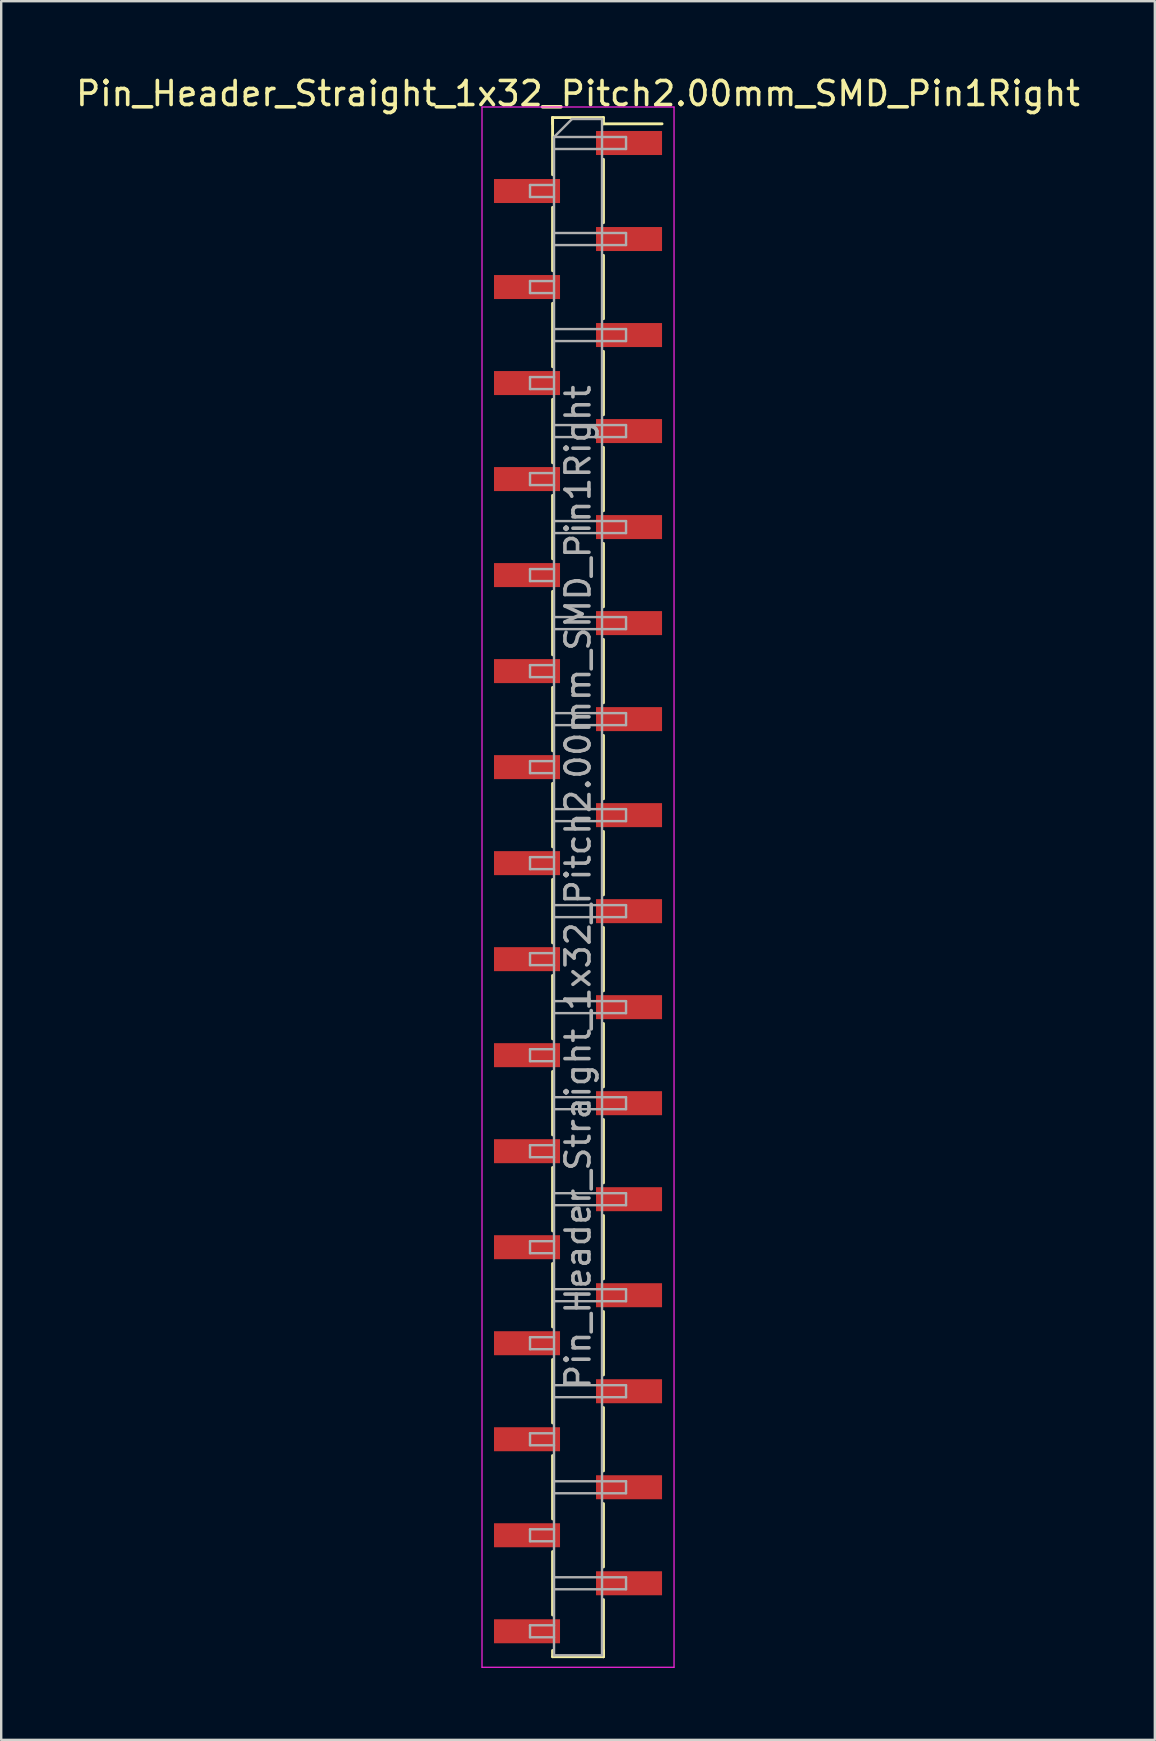
<source format=kicad_pcb>
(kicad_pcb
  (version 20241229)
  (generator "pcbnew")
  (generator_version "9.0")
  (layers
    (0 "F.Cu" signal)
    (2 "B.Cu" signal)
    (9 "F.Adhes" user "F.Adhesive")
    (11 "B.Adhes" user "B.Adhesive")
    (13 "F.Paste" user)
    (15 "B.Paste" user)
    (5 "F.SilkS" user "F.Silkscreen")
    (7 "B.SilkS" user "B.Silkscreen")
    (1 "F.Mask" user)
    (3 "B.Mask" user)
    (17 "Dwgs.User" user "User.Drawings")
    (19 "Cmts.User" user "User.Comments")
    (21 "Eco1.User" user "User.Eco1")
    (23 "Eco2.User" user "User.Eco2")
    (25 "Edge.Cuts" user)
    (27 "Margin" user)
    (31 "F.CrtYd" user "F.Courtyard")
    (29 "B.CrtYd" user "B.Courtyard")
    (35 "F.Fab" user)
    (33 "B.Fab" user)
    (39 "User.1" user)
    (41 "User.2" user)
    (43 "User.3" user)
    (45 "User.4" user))
  (footprint "Pin_Header_Straight_1x32_Pitch2.00mm_SMD_Pin1Right"
    (layer "F.Cu")
    (at 21.03 33.908)
    (property "Reference" "Pin_Header_Straight_1x32_Pitch2.00mm_SMD_Pin1Right" (at 0 -33.06 0) (layer "F.SilkS") (effects (font (size 1 1) (thickness 0.15))))
    (attr smd)
    (fp_line (start -1.06 -32.06) (end -1.06 -29.68) (stroke (width 0.12) (type solid)) (layer "F.SilkS"))
    (fp_line (start -1.06 -32.06) (end 1.06 -32.06) (stroke (width 0.12) (type solid)) (layer "F.SilkS"))
    (fp_line (start -1.06 -31.8) (end -1.06 -32.06) (stroke (width 0.12) (type solid)) (layer "F.SilkS"))
    (fp_line (start -1.06 -28.32) (end -1.06 -25.68) (stroke (width 0.12) (type solid)) (layer "F.SilkS"))
    (fp_line (start -1.06 -24.32) (end -1.06 -21.68) (stroke (width 0.12) (type solid)) (layer "F.SilkS"))
    (fp_line (start -1.06 -20.32) (end -1.06 -17.68) (stroke (width 0.12) (type solid)) (layer "F.SilkS"))
    (fp_line (start -1.06 -16.32) (end -1.06 -13.68) (stroke (width 0.12) (type solid)) (layer "F.SilkS"))
    (fp_line (start -1.06 -12.32) (end -1.06 -9.68) (stroke (width 0.12) (type solid)) (layer "F.SilkS"))
    (fp_line (start -1.06 -8.32) (end -1.06 -5.68) (stroke (width 0.12) (type solid)) (layer "F.SilkS"))
    (fp_line (start -1.06 -4.32) (end -1.06 -1.68) (stroke (width 0.12) (type solid)) (layer "F.SilkS"))
    (fp_line (start -1.06 -0.32) (end -1.06 2.32) (stroke (width 0.12) (type solid)) (layer "F.SilkS"))
    (fp_line (start -1.06 3.68) (end -1.06 6.32) (stroke (width 0.12) (type solid)) (layer "F.SilkS"))
    (fp_line (start -1.06 7.68) (end -1.06 10.32) (stroke (width 0.12) (type solid)) (layer "F.SilkS"))
    (fp_line (start -1.06 11.68) (end -1.06 14.32) (stroke (width 0.12) (type solid)) (layer "F.SilkS"))
    (fp_line (start -1.06 15.68) (end -1.06 18.32) (stroke (width 0.12) (type solid)) (layer "F.SilkS"))
    (fp_line (start -1.06 19.68) (end -1.06 22.32) (stroke (width 0.12) (type solid)) (layer "F.SilkS"))
    (fp_line (start -1.06 23.68) (end -1.06 26.32) (stroke (width 0.12) (type solid)) (layer "F.SilkS"))
    (fp_line (start -1.06 27.68) (end -1.06 30.32) (stroke (width 0.12) (type solid)) (layer "F.SilkS"))
    (fp_line (start -1.06 31.8) (end -1.06 32.06) (stroke (width 0.12) (type solid)) (layer "F.SilkS"))
    (fp_line (start -1.06 32.06) (end 1.06 32.06) (stroke (width 0.12) (type solid)) (layer "F.SilkS"))
    (fp_line (start 1.06 -32.06) (end 1.06 -31.8) (stroke (width 0.12) (type solid)) (layer "F.SilkS"))
    (fp_line (start 1.06 -31.8) (end 3.5 -31.8) (stroke (width 0.12) (type solid)) (layer "F.SilkS"))
    (fp_line (start 1.06 -30.32) (end 1.06 -27.68) (stroke (width 0.12) (type solid)) (layer "F.SilkS"))
    (fp_line (start 1.06 -26.32) (end 1.06 -23.68) (stroke (width 0.12) (type solid)) (layer "F.SilkS"))
    (fp_line (start 1.06 -22.32) (end 1.06 -19.68) (stroke (width 0.12) (type solid)) (layer "F.SilkS"))
    (fp_line (start 1.06 -18.32) (end 1.06 -15.68) (stroke (width 0.12) (type solid)) (layer "F.SilkS"))
    (fp_line (start 1.06 -14.32) (end 1.06 -11.68) (stroke (width 0.12) (type solid)) (layer "F.SilkS"))
    (fp_line (start 1.06 -10.32) (end 1.06 -7.68) (stroke (width 0.12) (type solid)) (layer "F.SilkS"))
    (fp_line (start 1.06 -6.32) (end 1.06 -3.68) (stroke (width 0.12) (type solid)) (layer "F.SilkS"))
    (fp_line (start 1.06 -2.32) (end 1.06 0.32) (stroke (width 0.12) (type solid)) (layer "F.SilkS"))
    (fp_line (start 1.06 1.68) (end 1.06 4.32) (stroke (width 0.12) (type solid)) (layer "F.SilkS"))
    (fp_line (start 1.06 5.68) (end 1.06 8.32) (stroke (width 0.12) (type solid)) (layer "F.SilkS"))
    (fp_line (start 1.06 9.68) (end 1.06 12.32) (stroke (width 0.12) (type solid)) (layer "F.SilkS"))
    (fp_line (start 1.06 13.68) (end 1.06 16.32) (stroke (width 0.12) (type solid)) (layer "F.SilkS"))
    (fp_line (start 1.06 17.68) (end 1.06 20.32) (stroke (width 0.12) (type solid)) (layer "F.SilkS"))
    (fp_line (start 1.06 21.68) (end 1.06 24.32) (stroke (width 0.12) (type solid)) (layer "F.SilkS"))
    (fp_line (start 1.06 25.68) (end 1.06 28.32) (stroke (width 0.12) (type solid)) (layer "F.SilkS"))
    (fp_line (start 1.06 29.68) (end 1.06 32.06) (stroke (width 0.12) (type solid)) (layer "F.SilkS"))
    (fp_line (start 1.06 32.06) (end 1.06 31.8) (stroke (width 0.12) (type solid)) (layer "F.SilkS"))
    (fp_line (start -4 -32.5) (end -4 32.5) (stroke (width 0.05) (type solid)) (layer "F.CrtYd"))
    (fp_line (start -4 32.5) (end 4 32.5) (stroke (width 0.05) (type solid)) (layer "F.CrtYd"))
    (fp_line (start 4 -32.5) (end -4 -32.5) (stroke (width 0.05) (type solid)) (layer "F.CrtYd"))
    (fp_line (start 4 32.5) (end 4 -32.5) (stroke (width 0.05) (type solid)) (layer "F.CrtYd"))
    (fp_line (start -2 -29.25) (end -2 -28.75) (stroke (width 0.1) (type solid)) (layer "F.Fab"))
    (fp_line (start -2 -28.75) (end -1 -28.75) (stroke (width 0.1) (type solid)) (layer "F.Fab"))
    (fp_line (start -2 -25.25) (end -2 -24.75) (stroke (width 0.1) (type solid)) (layer "F.Fab"))
    (fp_line (start -2 -24.75) (end -1 -24.75) (stroke (width 0.1) (type solid)) (layer "F.Fab"))
    (fp_line (start -2 -21.25) (end -2 -20.75) (stroke (width 0.1) (type solid)) (layer "F.Fab"))
    (fp_line (start -2 -20.75) (end -1 -20.75) (stroke (width 0.1) (type solid)) (layer "F.Fab"))
    (fp_line (start -2 -17.25) (end -2 -16.75) (stroke (width 0.1) (type solid)) (layer "F.Fab"))
    (fp_line (start -2 -16.75) (end -1 -16.75) (stroke (width 0.1) (type solid)) (layer "F.Fab"))
    (fp_line (start -2 -13.25) (end -2 -12.75) (stroke (width 0.1) (type solid)) (layer "F.Fab"))
    (fp_line (start -2 -12.75) (end -1 -12.75) (stroke (width 0.1) (type solid)) (layer "F.Fab"))
    (fp_line (start -2 -9.25) (end -2 -8.75) (stroke (width 0.1) (type solid)) (layer "F.Fab"))
    (fp_line (start -2 -8.75) (end -1 -8.75) (stroke (width 0.1) (type solid)) (layer "F.Fab"))
    (fp_line (start -2 -5.25) (end -2 -4.75) (stroke (width 0.1) (type solid)) (layer "F.Fab"))
    (fp_line (start -2 -4.75) (end -1 -4.75) (stroke (width 0.1) (type solid)) (layer "F.Fab"))
    (fp_line (start -2 -1.25) (end -2 -0.75) (stroke (width 0.1) (type solid)) (layer "F.Fab"))
    (fp_line (start -2 -0.75) (end -1 -0.75) (stroke (width 0.1) (type solid)) (layer "F.Fab"))
    (fp_line (start -2 2.75) (end -2 3.25) (stroke (width 0.1) (type solid)) (layer "F.Fab"))
    (fp_line (start -2 3.25) (end -1 3.25) (stroke (width 0.1) (type solid)) (layer "F.Fab"))
    (fp_line (start -2 6.75) (end -2 7.25) (stroke (width 0.1) (type solid)) (layer "F.Fab"))
    (fp_line (start -2 7.25) (end -1 7.25) (stroke (width 0.1) (type solid)) (layer "F.Fab"))
    (fp_line (start -2 10.75) (end -2 11.25) (stroke (width 0.1) (type solid)) (layer "F.Fab"))
    (fp_line (start -2 11.25) (end -1 11.25) (stroke (width 0.1) (type solid)) (layer "F.Fab"))
    (fp_line (start -2 14.75) (end -2 15.25) (stroke (width 0.1) (type solid)) (layer "F.Fab"))
    (fp_line (start -2 15.25) (end -1 15.25) (stroke (width 0.1) (type solid)) (layer "F.Fab"))
    (fp_line (start -2 18.75) (end -2 19.25) (stroke (width 0.1) (type solid)) (layer "F.Fab"))
    (fp_line (start -2 19.25) (end -1 19.25) (stroke (width 0.1) (type solid)) (layer "F.Fab"))
    (fp_line (start -2 22.75) (end -2 23.25) (stroke (width 0.1) (type solid)) (layer "F.Fab"))
    (fp_line (start -2 23.25) (end -1 23.25) (stroke (width 0.1) (type solid)) (layer "F.Fab"))
    (fp_line (start -2 26.75) (end -2 27.25) (stroke (width 0.1) (type solid)) (layer "F.Fab"))
    (fp_line (start -2 27.25) (end -1 27.25) (stroke (width 0.1) (type solid)) (layer "F.Fab"))
    (fp_line (start -2 30.75) (end -2 31.25) (stroke (width 0.1) (type solid)) (layer "F.Fab"))
    (fp_line (start -2 31.25) (end -1 31.25) (stroke (width 0.1) (type solid)) (layer "F.Fab"))
    (fp_line (start -1 -31.25) (end -0.25 -32) (stroke (width 0.1) (type solid)) (layer "F.Fab"))
    (fp_line (start -1 -31.25) (end 2 -31.25) (stroke (width 0.1) (type solid)) (layer "F.Fab"))
    (fp_line (start -1 -29.25) (end -2 -29.25) (stroke (width 0.1) (type solid)) (layer "F.Fab"))
    (fp_line (start -1 -27.25) (end 2 -27.25) (stroke (width 0.1) (type solid)) (layer "F.Fab"))
    (fp_line (start -1 -25.25) (end -2 -25.25) (stroke (width 0.1) (type solid)) (layer "F.Fab"))
    (fp_line (start -1 -23.25) (end 2 -23.25) (stroke (width 0.1) (type solid)) (layer "F.Fab"))
    (fp_line (start -1 -21.25) (end -2 -21.25) (stroke (width 0.1) (type solid)) (layer "F.Fab"))
    (fp_line (start -1 -19.25) (end 2 -19.25) (stroke (width 0.1) (type solid)) (layer "F.Fab"))
    (fp_line (start -1 -17.25) (end -2 -17.25) (stroke (width 0.1) (type solid)) (layer "F.Fab"))
    (fp_line (start -1 -15.25) (end 2 -15.25) (stroke (width 0.1) (type solid)) (layer "F.Fab"))
    (fp_line (start -1 -13.25) (end -2 -13.25) (stroke (width 0.1) (type solid)) (layer "F.Fab"))
    (fp_line (start -1 -11.25) (end 2 -11.25) (stroke (width 0.1) (type solid)) (layer "F.Fab"))
    (fp_line (start -1 -9.25) (end -2 -9.25) (stroke (width 0.1) (type solid)) (layer "F.Fab"))
    (fp_line (start -1 -7.25) (end 2 -7.25) (stroke (width 0.1) (type solid)) (layer "F.Fab"))
    (fp_line (start -1 -5.25) (end -2 -5.25) (stroke (width 0.1) (type solid)) (layer "F.Fab"))
    (fp_line (start -1 -3.25) (end 2 -3.25) (stroke (width 0.1) (type solid)) (layer "F.Fab"))
    (fp_line (start -1 -1.25) (end -2 -1.25) (stroke (width 0.1) (type solid)) (layer "F.Fab"))
    (fp_line (start -1 0.75) (end 2 0.75) (stroke (width 0.1) (type solid)) (layer "F.Fab"))
    (fp_line (start -1 2.75) (end -2 2.75) (stroke (width 0.1) (type solid)) (layer "F.Fab"))
    (fp_line (start -1 4.75) (end 2 4.75) (stroke (width 0.1) (type solid)) (layer "F.Fab"))
    (fp_line (start -1 6.75) (end -2 6.75) (stroke (width 0.1) (type solid)) (layer "F.Fab"))
    (fp_line (start -1 8.75) (end 2 8.75) (stroke (width 0.1) (type solid)) (layer "F.Fab"))
    (fp_line (start -1 10.75) (end -2 10.75) (stroke (width 0.1) (type solid)) (layer "F.Fab"))
    (fp_line (start -1 12.75) (end 2 12.75) (stroke (width 0.1) (type solid)) (layer "F.Fab"))
    (fp_line (start -1 14.75) (end -2 14.75) (stroke (width 0.1) (type solid)) (layer "F.Fab"))
    (fp_line (start -1 16.75) (end 2 16.75) (stroke (width 0.1) (type solid)) (layer "F.Fab"))
    (fp_line (start -1 18.75) (end -2 18.75) (stroke (width 0.1) (type solid)) (layer "F.Fab"))
    (fp_line (start -1 20.75) (end 2 20.75) (stroke (width 0.1) (type solid)) (layer "F.Fab"))
    (fp_line (start -1 22.75) (end -2 22.75) (stroke (width 0.1) (type solid)) (layer "F.Fab"))
    (fp_line (start -1 24.75) (end 2 24.75) (stroke (width 0.1) (type solid)) (layer "F.Fab"))
    (fp_line (start -1 26.75) (end -2 26.75) (stroke (width 0.1) (type solid)) (layer "F.Fab"))
    (fp_line (start -1 28.75) (end 2 28.75) (stroke (width 0.1) (type solid)) (layer "F.Fab"))
    (fp_line (start -1 30.75) (end -2 30.75) (stroke (width 0.1) (type solid)) (layer "F.Fab"))
    (fp_line (start -1 32) (end -1 -31.25) (stroke (width 0.1) (type solid)) (layer "F.Fab"))
    (fp_line (start -0.25 -32) (end 1 -32) (stroke (width 0.1) (type solid)) (layer "F.Fab"))
    (fp_line (start 1 -32) (end 1 32) (stroke (width 0.1) (type solid)) (layer "F.Fab"))
    (fp_line (start 1 32) (end -1 32) (stroke (width 0.1) (type solid)) (layer "F.Fab"))
    (fp_line (start 2 -31.25) (end 2 -30.75) (stroke (width 0.1) (type solid)) (layer "F.Fab"))
    (fp_line (start 2 -30.75) (end -1 -30.75) (stroke (width 0.1) (type solid)) (layer "F.Fab"))
    (fp_line (start 2 -27.25) (end 2 -26.75) (stroke (width 0.1) (type solid)) (layer "F.Fab"))
    (fp_line (start 2 -26.75) (end -1 -26.75) (stroke (width 0.1) (type solid)) (layer "F.Fab"))
    (fp_line (start 2 -23.25) (end 2 -22.75) (stroke (width 0.1) (type solid)) (layer "F.Fab"))
    (fp_line (start 2 -22.75) (end -1 -22.75) (stroke (width 0.1) (type solid)) (layer "F.Fab"))
    (fp_line (start 2 -19.25) (end 2 -18.75) (stroke (width 0.1) (type solid)) (layer "F.Fab"))
    (fp_line (start 2 -18.75) (end -1 -18.75) (stroke (width 0.1) (type solid)) (layer "F.Fab"))
    (fp_line (start 2 -15.25) (end 2 -14.75) (stroke (width 0.1) (type solid)) (layer "F.Fab"))
    (fp_line (start 2 -14.75) (end -1 -14.75) (stroke (width 0.1) (type solid)) (layer "F.Fab"))
    (fp_line (start 2 -11.25) (end 2 -10.75) (stroke (width 0.1) (type solid)) (layer "F.Fab"))
    (fp_line (start 2 -10.75) (end -1 -10.75) (stroke (width 0.1) (type solid)) (layer "F.Fab"))
    (fp_line (start 2 -7.25) (end 2 -6.75) (stroke (width 0.1) (type solid)) (layer "F.Fab"))
    (fp_line (start 2 -6.75) (end -1 -6.75) (stroke (width 0.1) (type solid)) (layer "F.Fab"))
    (fp_line (start 2 -3.25) (end 2 -2.75) (stroke (width 0.1) (type solid)) (layer "F.Fab"))
    (fp_line (start 2 -2.75) (end -1 -2.75) (stroke (width 0.1) (type solid)) (layer "F.Fab"))
    (fp_line (start 2 0.75) (end 2 1.25) (stroke (width 0.1) (type solid)) (layer "F.Fab"))
    (fp_line (start 2 1.25) (end -1 1.25) (stroke (width 0.1) (type solid)) (layer "F.Fab"))
    (fp_line (start 2 4.75) (end 2 5.25) (stroke (width 0.1) (type solid)) (layer "F.Fab"))
    (fp_line (start 2 5.25) (end -1 5.25) (stroke (width 0.1) (type solid)) (layer "F.Fab"))
    (fp_line (start 2 8.75) (end 2 9.25) (stroke (width 0.1) (type solid)) (layer "F.Fab"))
    (fp_line (start 2 9.25) (end -1 9.25) (stroke (width 0.1) (type solid)) (layer "F.Fab"))
    (fp_line (start 2 12.75) (end 2 13.25) (stroke (width 0.1) (type solid)) (layer "F.Fab"))
    (fp_line (start 2 13.25) (end -1 13.25) (stroke (width 0.1) (type solid)) (layer "F.Fab"))
    (fp_line (start 2 16.75) (end 2 17.25) (stroke (width 0.1) (type solid)) (layer "F.Fab"))
    (fp_line (start 2 17.25) (end -1 17.25) (stroke (width 0.1) (type solid)) (layer "F.Fab"))
    (fp_line (start 2 20.75) (end 2 21.25) (stroke (width 0.1) (type solid)) (layer "F.Fab"))
    (fp_line (start 2 21.25) (end -1 21.25) (stroke (width 0.1) (type solid)) (layer "F.Fab"))
    (fp_line (start 2 24.75) (end 2 25.25) (stroke (width 0.1) (type solid)) (layer "F.Fab"))
    (fp_line (start 2 25.25) (end -1 25.25) (stroke (width 0.1) (type solid)) (layer "F.Fab"))
    (fp_line (start 2 28.75) (end 2 29.25) (stroke (width 0.1) (type solid)) (layer "F.Fab"))
    (fp_line (start 2 29.25) (end -1 29.25) (stroke (width 0.1) (type solid)) (layer "F.Fab"))
    (fp_text user "${REFERENCE}" (at 0 0 90) (layer "F.Fab") (effects (font (size 1 1) (thickness 0.15))))
    (pad "1" smd rect (at 2.125 -31) (size 2.75 1) (layers "F.Cu" "F.Mask"))
    (pad "2" smd rect (at -2.125 -29) (size 2.75 1) (layers "F.Cu" "F.Mask"))
    (pad "3" smd rect (at 2.125 -27) (size 2.75 1) (layers "F.Cu" "F.Mask"))
    (pad "4" smd rect (at -2.125 -25) (size 2.75 1) (layers "F.Cu" "F.Mask"))
    (pad "5" smd rect (at 2.125 -23) (size 2.75 1) (layers "F.Cu" "F.Mask"))
    (pad "6" smd rect (at -2.125 -21) (size 2.75 1) (layers "F.Cu" "F.Mask"))
    (pad "7" smd rect (at 2.125 -19) (size 2.75 1) (layers "F.Cu" "F.Mask"))
    (pad "8" smd rect (at -2.125 -17) (size 2.75 1) (layers "F.Cu" "F.Mask"))
    (pad "9" smd rect (at 2.125 -15) (size 2.75 1) (layers "F.Cu" "F.Mask"))
    (pad "10" smd rect (at -2.125 -13) (size 2.75 1) (layers "F.Cu" "F.Mask"))
    (pad "11" smd rect (at 2.125 -11) (size 2.75 1) (layers "F.Cu" "F.Mask"))
    (pad "12" smd rect (at -2.125 -9) (size 2.75 1) (layers "F.Cu" "F.Mask"))
    (pad "13" smd rect (at 2.125 -7) (size 2.75 1) (layers "F.Cu" "F.Mask"))
    (pad "14" smd rect (at -2.125 -5) (size 2.75 1) (layers "F.Cu" "F.Mask"))
    (pad "15" smd rect (at 2.125 -3) (size 2.75 1) (layers "F.Cu" "F.Mask"))
    (pad "16" smd rect (at -2.125 -1) (size 2.75 1) (layers "F.Cu" "F.Mask"))
    (pad "17" smd rect (at 2.125 1) (size 2.75 1) (layers "F.Cu" "F.Mask"))
    (pad "18" smd rect (at -2.125 3) (size 2.75 1) (layers "F.Cu" "F.Mask"))
    (pad "19" smd rect (at 2.125 5) (size 2.75 1) (layers "F.Cu" "F.Mask"))
    (pad "20" smd rect (at -2.125 7) (size 2.75 1) (layers "F.Cu" "F.Mask"))
    (pad "21" smd rect (at 2.125 9) (size 2.75 1) (layers "F.Cu" "F.Mask"))
    (pad "22" smd rect (at -2.125 11) (size 2.75 1) (layers "F.Cu" "F.Mask"))
    (pad "23" smd rect (at 2.125 13) (size 2.75 1) (layers "F.Cu" "F.Mask"))
    (pad "24" smd rect (at -2.125 15) (size 2.75 1) (layers "F.Cu" "F.Mask"))
    (pad "25" smd rect (at 2.125 17) (size 2.75 1) (layers "F.Cu" "F.Mask"))
    (pad "26" smd rect (at -2.125 19) (size 2.75 1) (layers "F.Cu" "F.Mask"))
    (pad "27" smd rect (at 2.125 21) (size 2.75 1) (layers "F.Cu" "F.Mask"))
    (pad "28" smd rect (at -2.125 23) (size 2.75 1) (layers "F.Cu" "F.Mask"))
    (pad "29" smd rect (at 2.125 25) (size 2.75 1) (layers "F.Cu" "F.Mask"))
    (pad "30" smd rect (at -2.125 27) (size 2.75 1) (layers "F.Cu" "F.Mask"))
    (pad "31" smd rect (at 2.125 29) (size 2.75 1) (layers "F.Cu" "F.Mask"))
    (pad "32" smd rect (at -2.125 31) (size 2.75 1) (layers "F.Cu" "F.Mask")))
  (gr_rect
    (start -3 -3)
    (end 45.06 69.433)
    (stroke (width 0.1) (type default))
    (fill no)
    (layer "Edge.Cuts")))
</source>
